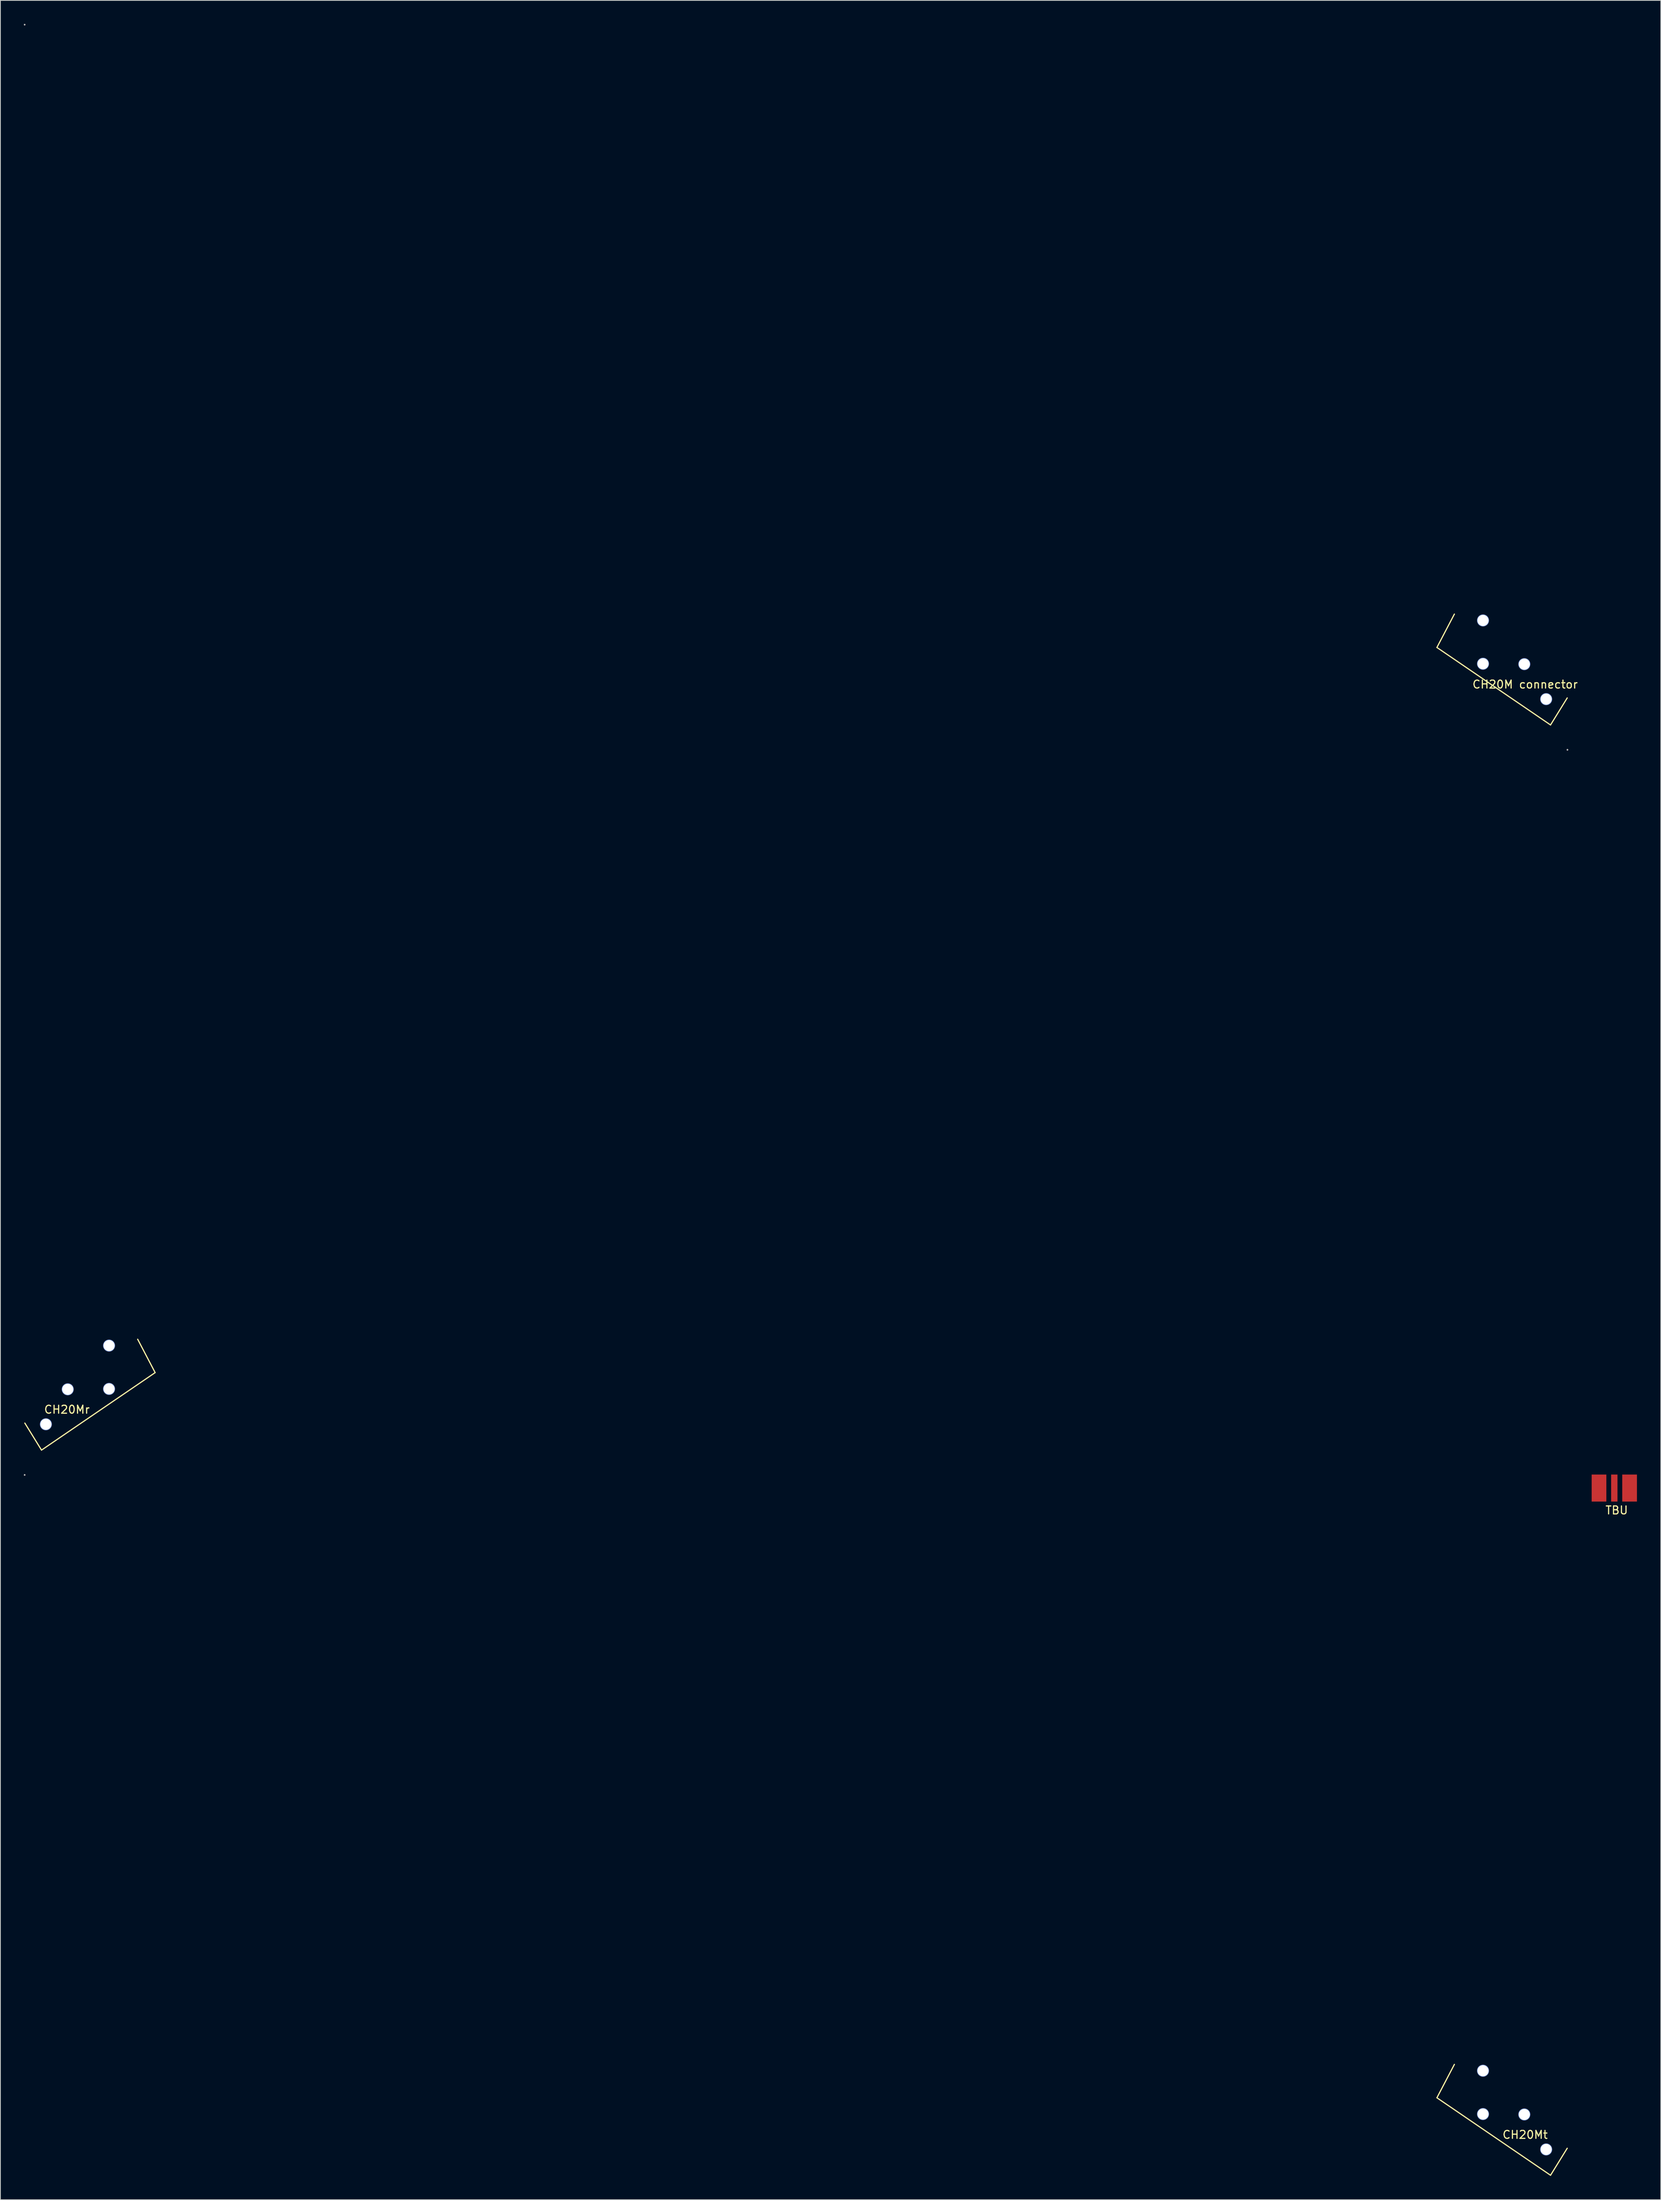
<source format=kicad_pcb>
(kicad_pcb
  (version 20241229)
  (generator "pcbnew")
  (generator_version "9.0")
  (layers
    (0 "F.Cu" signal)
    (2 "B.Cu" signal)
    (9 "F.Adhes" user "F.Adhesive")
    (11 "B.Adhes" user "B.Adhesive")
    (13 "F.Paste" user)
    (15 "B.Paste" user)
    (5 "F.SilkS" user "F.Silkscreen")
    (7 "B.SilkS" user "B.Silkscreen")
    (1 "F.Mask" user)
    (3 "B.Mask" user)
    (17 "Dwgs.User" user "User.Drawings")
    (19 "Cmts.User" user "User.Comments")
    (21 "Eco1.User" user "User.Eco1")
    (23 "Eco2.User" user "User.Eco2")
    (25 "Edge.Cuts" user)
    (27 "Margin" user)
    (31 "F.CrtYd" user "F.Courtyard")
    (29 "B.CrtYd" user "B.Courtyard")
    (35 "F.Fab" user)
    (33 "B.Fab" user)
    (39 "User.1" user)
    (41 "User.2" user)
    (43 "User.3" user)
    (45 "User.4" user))
  (footprint "TBU"
    (layer "F.Cu")
    (at 200.115 184.17)
    (property "Reference" "TBU" (at 0.305 2.794 0) (layer "F.SilkS") (effects (font (size 1 1) (thickness 0.15))))
    (attr through_hole)
    (pad "1" smd rect (at 1.925 0) (size 1.85 3.4) (layers "F.Cu" "F.Mask" "F.Paste"))
    (pad "2" smd rect (at -1.925 0) (size 1.85 3.4) (layers "F.Cu" "F.Mask" "F.Paste"))
    (pad "NU" smd rect (at 0 0) (size 0.8 3.4) (layers "F.Cu" "F.Mask" "F.Paste")))
  (footprint "CH20M connector"
    (layer "F.Cu")
    (at 186.74 80.06)
    (property "Reference" "CH20M connector" (at 2.15 3 0) (layer "F.SilkS") (effects (font (size 1 1) (thickness 0.15))))
    (attr through_hole)
    (fp_line (start -8.95 -1.65) (end 5.35 8.1) (stroke (width 0.15) (type solid)) (layer "F.SilkS"))
    (fp_line (start -6.75 -5.85) (end -8.95 -1.65) (stroke (width 0.15) (type solid)) (layer "F.SilkS"))
    (fp_line (start 5.35 8.1) (end 7.45 4.7) (stroke (width 0.15) (type solid)) (layer "F.SilkS"))
    (fp_line (start -186.69 -80.01) (end -186.69 -80.01) (stroke (width 0.1) (type solid)) (layer "F.Fab"))
    (fp_line (start -186.69 -80.01) (end -186.69 -80.01) (stroke (width 0.1) (type solid)) (layer "F.Fab"))
    (fp_line (start -186.69 -80.01) (end -186.69 -80.01) (stroke (width 0.1) (type solid)) (layer "F.Fab"))
    (fp_line (start -186.69 -80.01) (end -186.69 -80.01) (stroke (width 0.1) (type solid)) (layer "F.Fab"))
    (fp_line (start -186.69 -80.01) (end -186.69 -80.01) (stroke (width 0.1) (type solid)) (layer "F.Fab"))
    (fp_line (start -186.69 -80.01) (end -186.69 -80.01) (stroke (width 0.1) (type solid)) (layer "F.Fab"))
    (fp_line (start -186.69 -80.01) (end -186.69 -80.01) (stroke (width 0.1) (type solid)) (layer "F.Fab"))
    (fp_circle (center -186.69 -80.01) (end -186.69 -80.01) (stroke (width 0.1) (type solid)) (fill no) (layer "F.Fab"))
    (fp_circle (center -186.69 -80.01) (end -186.69 -80.01) (stroke (width 0.1) (type solid)) (fill no) (layer "F.Fab"))
    (fp_circle (center -186.69 -80.01) (end -186.69 -80.01) (stroke (width 0.1) (type solid)) (fill no) (layer "F.Fab"))
    (fp_circle (center -186.69 -80.01) (end -186.69 -80.01) (stroke (width 0.1) (type solid)) (fill no) (layer "F.Fab"))
    (pad "1" thru_hole circle (at 4.8 4.85) (size 1.524 1.524) (drill 1.4) (layers "*.Cu" "*.Mask"))
    (pad "2" thru_hole circle (at 2.05 0.45) (size 1.524 1.524) (drill 1.4) (layers "*.Cu" "*.Mask"))
    (pad "3" thru_hole circle (at -3.15 0.4) (size 1.524 1.524) (drill 1.4) (layers "*.Cu" "*.Mask"))
    (pad "4" thru_hole circle (at -3.15 -5.05) (size 1.524 1.524) (drill 1.4) (layers "*.Cu" "*.Mask")))
  (footprint "CH20Mt"
    (layer "F.Cu")
    (at 186.74 262.53)
    (property "Reference" "CH20Mt" (at 2.15 3 0) (layer "F.SilkS") (effects (font (size 1 1) (thickness 0.15))))
    (attr through_hole)
    (fp_line (start -8.95 -1.65) (end 5.35 8.1) (stroke (width 0.15) (type solid)) (layer "F.SilkS"))
    (fp_line (start -6.75 -5.85) (end -8.95 -1.65) (stroke (width 0.15) (type solid)) (layer "F.SilkS"))
    (fp_line (start 5.35 8.1) (end 7.45 4.7) (stroke (width 0.15) (type solid)) (layer "F.SilkS"))
    (fp_line (start -186.69 -80.01) (end -186.69 -80.01) (stroke (width 0.1) (type solid)) (layer "F.Fab"))
    (fp_line (start -186.69 -80.01) (end -186.69 -80.01) (stroke (width 0.1) (type solid)) (layer "F.Fab"))
    (fp_line (start -186.69 -80.01) (end -186.69 -80.01) (stroke (width 0.1) (type solid)) (layer "F.Fab"))
    (fp_line (start -186.69 -80.01) (end -186.69 -80.01) (stroke (width 0.1) (type solid)) (layer "F.Fab"))
    (fp_line (start -186.69 -80.01) (end -186.69 -80.01) (stroke (width 0.1) (type solid)) (layer "F.Fab"))
    (fp_line (start -186.69 -80.01) (end -186.69 -80.01) (stroke (width 0.1) (type solid)) (layer "F.Fab"))
    (fp_line (start -186.69 -80.01) (end -186.69 -80.01) (stroke (width 0.1) (type solid)) (layer "F.Fab"))
    (fp_circle (center -186.69 -80.01) (end -186.69 -80.01) (stroke (width 0.1) (type solid)) (fill no) (layer "F.Fab"))
    (fp_circle (center -186.69 -80.01) (end -186.69 -80.01) (stroke (width 0.1) (type solid)) (fill no) (layer "F.Fab"))
    (fp_circle (center -186.69 -80.01) (end -186.69 -80.01) (stroke (width 0.1) (type solid)) (fill no) (layer "F.Fab"))
    (fp_circle (center -186.69 -80.01) (end -186.69 -80.01) (stroke (width 0.1) (type solid)) (fill no) (layer "F.Fab"))
    (pad "1" thru_hole circle (at 4.8 4.85) (size 1.524 1.524) (drill 1.4) (layers "*.Cu" "*.Mask"))
    (pad "2" thru_hole circle (at 2.05 0.45) (size 1.524 1.524) (drill 1.4) (layers "*.Cu" "*.Mask"))
    (pad "3" thru_hole circle (at -3.15 0.4) (size 1.524 1.524) (drill 1.4) (layers "*.Cu" "*.Mask"))
    (pad "4" thru_hole circle (at -3.15 -5.05) (size 1.524 1.524) (drill 1.4) (layers "*.Cu" "*.Mask")))
  (footprint "CH20Mr"
    (layer "F.Cu")
    (at 7.175 171.295)
    (property "Reference" "CH20Mr" (at -1.8 3 0) (layer "F.SilkS") (effects (font (size 1 1) (thickness 0.15))))
    (attr through_hole)
    (fp_line (start -5 8.1) (end -7.1 4.7) (stroke (width 0.15) (type solid)) (layer "F.SilkS"))
    (fp_line (start 7.1 -5.85) (end 9.3 -1.65) (stroke (width 0.15) (type solid)) (layer "F.SilkS"))
    (fp_line (start 9.3 -1.65) (end -5 8.1) (stroke (width 0.15) (type solid)) (layer "F.SilkS"))
    (fp_line (start 187.04 -80.01) (end 187.04 -80.01) (stroke (width 0.1) (type solid)) (layer "F.Fab"))
    (fp_line (start 187.04 -80.01) (end 187.04 -80.01) (stroke (width 0.1) (type solid)) (layer "F.Fab"))
    (fp_line (start 187.04 -80.01) (end 187.04 -80.01) (stroke (width 0.1) (type solid)) (layer "F.Fab"))
    (fp_line (start 187.04 -80.01) (end 187.04 -80.01) (stroke (width 0.1) (type solid)) (layer "F.Fab"))
    (fp_line (start 187.04 -80.01) (end 187.04 -80.01) (stroke (width 0.1) (type solid)) (layer "F.Fab"))
    (fp_line (start 187.04 -80.01) (end 187.04 -80.01) (stroke (width 0.1) (type solid)) (layer "F.Fab"))
    (fp_line (start 187.04 -80.01) (end 187.04 -80.01) (stroke (width 0.1) (type solid)) (layer "F.Fab"))
    (fp_circle (center 187.04 -80.01) (end 187.04 -80.01) (stroke (width 0.1) (type solid)) (fill no) (layer "F.Fab"))
    (fp_circle (center 187.04 -80.01) (end 187.04 -80.01) (stroke (width 0.1) (type solid)) (fill no) (layer "F.Fab"))
    (fp_circle (center 187.04 -80.01) (end 187.04 -80.01) (stroke (width 0.1) (type solid)) (fill no) (layer "F.Fab"))
    (fp_circle (center 187.04 -80.01) (end 187.04 -80.01) (stroke (width 0.1) (type solid)) (fill no) (layer "F.Fab"))
    (pad "1" thru_hole circle (at -4.45 4.85) (size 1.524 1.524) (drill 1.4) (layers "*.Cu" "*.Mask"))
    (pad "2" thru_hole circle (at -1.7 0.45) (size 1.524 1.524) (drill 1.4) (layers "*.Cu" "*.Mask"))
    (pad "3" thru_hole circle (at 3.5 0.4) (size 1.524 1.524) (drill 1.4) (layers "*.Cu" "*.Mask"))
    (pad "4" thru_hole circle (at 3.5 -5.05) (size 1.524 1.524) (drill 1.4) (layers "*.Cu" "*.Mask")))
  (gr_rect
    (start -3 -3)
    (end 205.965 273.705)
    (stroke (width 0.1) (type default))
    (fill no)
    (layer "Edge.Cuts")))
</source>
